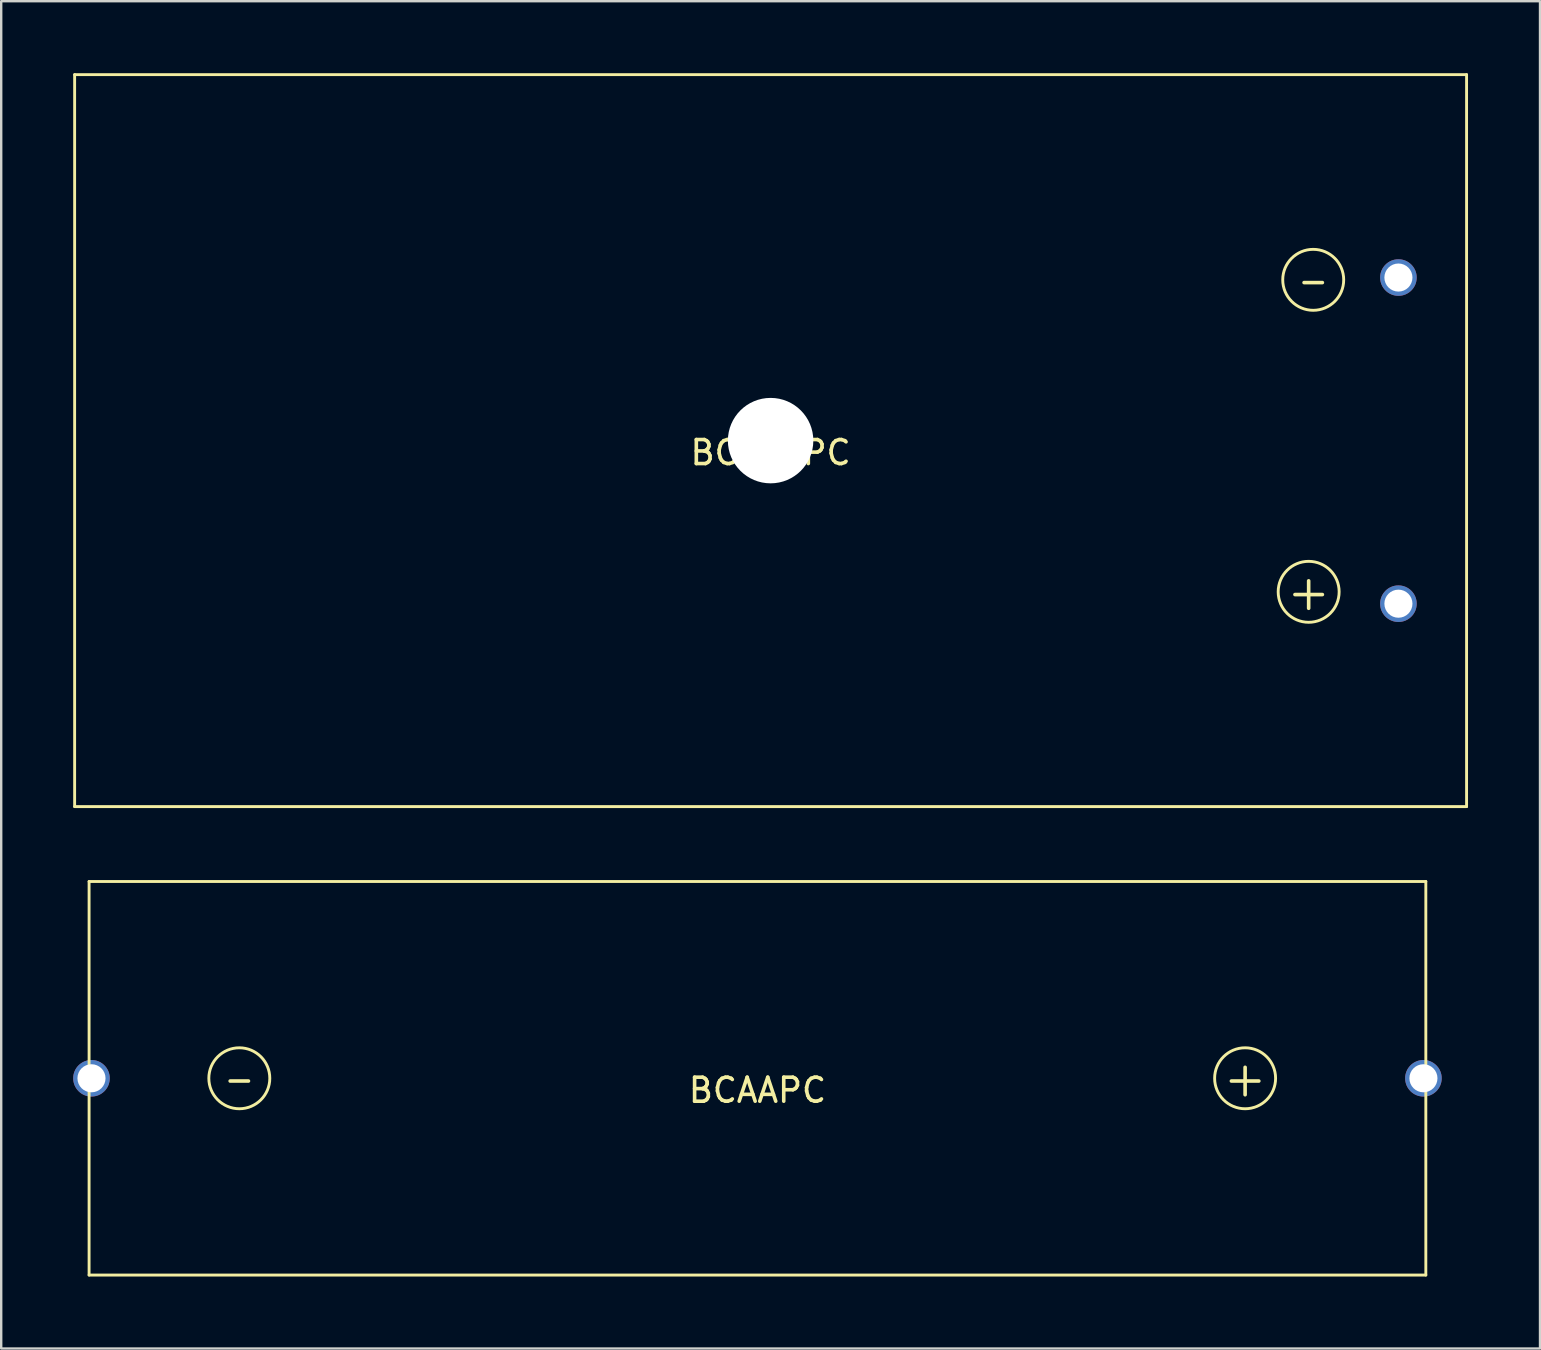
<source format=kicad_pcb>
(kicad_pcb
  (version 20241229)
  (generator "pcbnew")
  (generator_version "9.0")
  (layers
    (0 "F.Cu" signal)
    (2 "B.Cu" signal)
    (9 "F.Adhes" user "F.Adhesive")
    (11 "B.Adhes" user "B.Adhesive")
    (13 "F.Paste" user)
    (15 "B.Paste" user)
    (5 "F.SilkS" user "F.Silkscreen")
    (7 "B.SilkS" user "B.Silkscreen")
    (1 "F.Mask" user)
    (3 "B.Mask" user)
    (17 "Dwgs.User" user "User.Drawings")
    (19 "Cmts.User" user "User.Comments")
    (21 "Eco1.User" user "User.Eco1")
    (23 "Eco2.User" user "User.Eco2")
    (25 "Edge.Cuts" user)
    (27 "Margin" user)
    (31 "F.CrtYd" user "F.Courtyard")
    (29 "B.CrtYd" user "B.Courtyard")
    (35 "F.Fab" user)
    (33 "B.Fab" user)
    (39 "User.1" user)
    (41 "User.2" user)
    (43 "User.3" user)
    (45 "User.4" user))
  (footprint "BCAAPC"
    (layer "F.Cu")
    (at 28.512 41.88)
    (property "Reference" "BCAAPC" (at 0 0.5 0) (layer "F.SilkS") (effects (font (size 1 1) (thickness 0.15))))
    (attr through_hole)
    (fp_line (start -27.85 -8.2) (end -27.85 8.2) (stroke (width 0.12) (type solid)) (layer "F.SilkS"))
    (fp_line (start -27.85 -8.2) (end 27.85 -8.2) (stroke (width 0.12) (type solid)) (layer "F.SilkS"))
    (fp_line (start -27.85 8.2) (end 27.85 8.2) (stroke (width 0.12) (type solid)) (layer "F.SilkS"))
    (fp_line (start 27.85 -8.2) (end 27.85 8.2) (stroke (width 0.12) (type solid)) (layer "F.SilkS"))
    (fp_circle (center -21.59 0) (end -21.59 1.27) (stroke (width 0.12) (type solid)) (fill no) (layer "F.SilkS"))
    (fp_circle (center 20.32 0) (end 20.32 1.27) (stroke (width 0.12) (type solid)) (fill no) (layer "F.SilkS"))
    (fp_text user "-" (at -21.59 0 0) (layer "F.SilkS") (effects (font (size 1.5 1) (thickness 0.15))))
    (fp_text user "+" (at 20.32 0 0) (layer "F.SilkS") (effects (font (size 1.5 1.5) (thickness 0.15))))
    (pad "1" thru_hole circle (at 27.75 0) (size 1.524 1.524) (drill 1.17) (layers "*.Cu" "*.Mask"))
    (pad "2" thru_hole circle (at -27.75 0) (size 1.524 1.524) (drill 1.17) (layers "*.Cu" "*.Mask")))
  (footprint "BC2AAPC"
    (layer "F.Cu")
    (at 29.06 15.31)
    (property "Reference" "BC2AAPC" (at 0 0.5 0) (layer "F.SilkS") (effects (font (size 1 1) (thickness 0.15))))
    (attr through_hole)
    (fp_line (start -29 -15.25) (end -29 15.25) (stroke (width 0.12) (type solid)) (layer "F.SilkS"))
    (fp_line (start -29 -15.25) (end 29 -15.25) (stroke (width 0.12) (type solid)) (layer "F.SilkS"))
    (fp_line (start -29 15.25) (end 29 15.25) (stroke (width 0.12) (type solid)) (layer "F.SilkS"))
    (fp_line (start 29 -15.25) (end 29 15.25) (stroke (width 0.12) (type solid)) (layer "F.SilkS"))
    (fp_circle (center 22.42 6.3) (end 22.42 7.57) (stroke (width 0.12) (type solid)) (fill no) (layer "F.SilkS"))
    (fp_circle (center 22.61 -6.7) (end 22.61 -5.43) (stroke (width 0.12) (type solid)) (fill no) (layer "F.SilkS"))
    (fp_text user "+" (at 22.42 6.3 0) (layer "F.SilkS") (effects (font (size 1.5 1.5) (thickness 0.15))))
    (fp_text user "-" (at 22.61 -6.7 0) (layer "F.SilkS") (effects (font (size 1.5 1) (thickness 0.15))))
    (pad "" np_thru_hole circle (at 0 0) (size 3.56 3.56) (drill 3.56) (layers "*.Cu" "*.Mask"))
    (pad "1" thru_hole circle (at 26.16 6.795) (size 1.524 1.524) (drill 1.17) (layers "*.Cu" "*.Mask"))
    (pad "2" thru_hole circle (at 26.16 -6.795) (size 1.524 1.524) (drill 1.17) (layers "*.Cu" "*.Mask")))
  (gr_rect
    (start -3 -3)
    (end 61.12 53.14)
    (stroke (width 0.1) (type default))
    (fill no)
    (layer "Edge.Cuts")))
</source>
